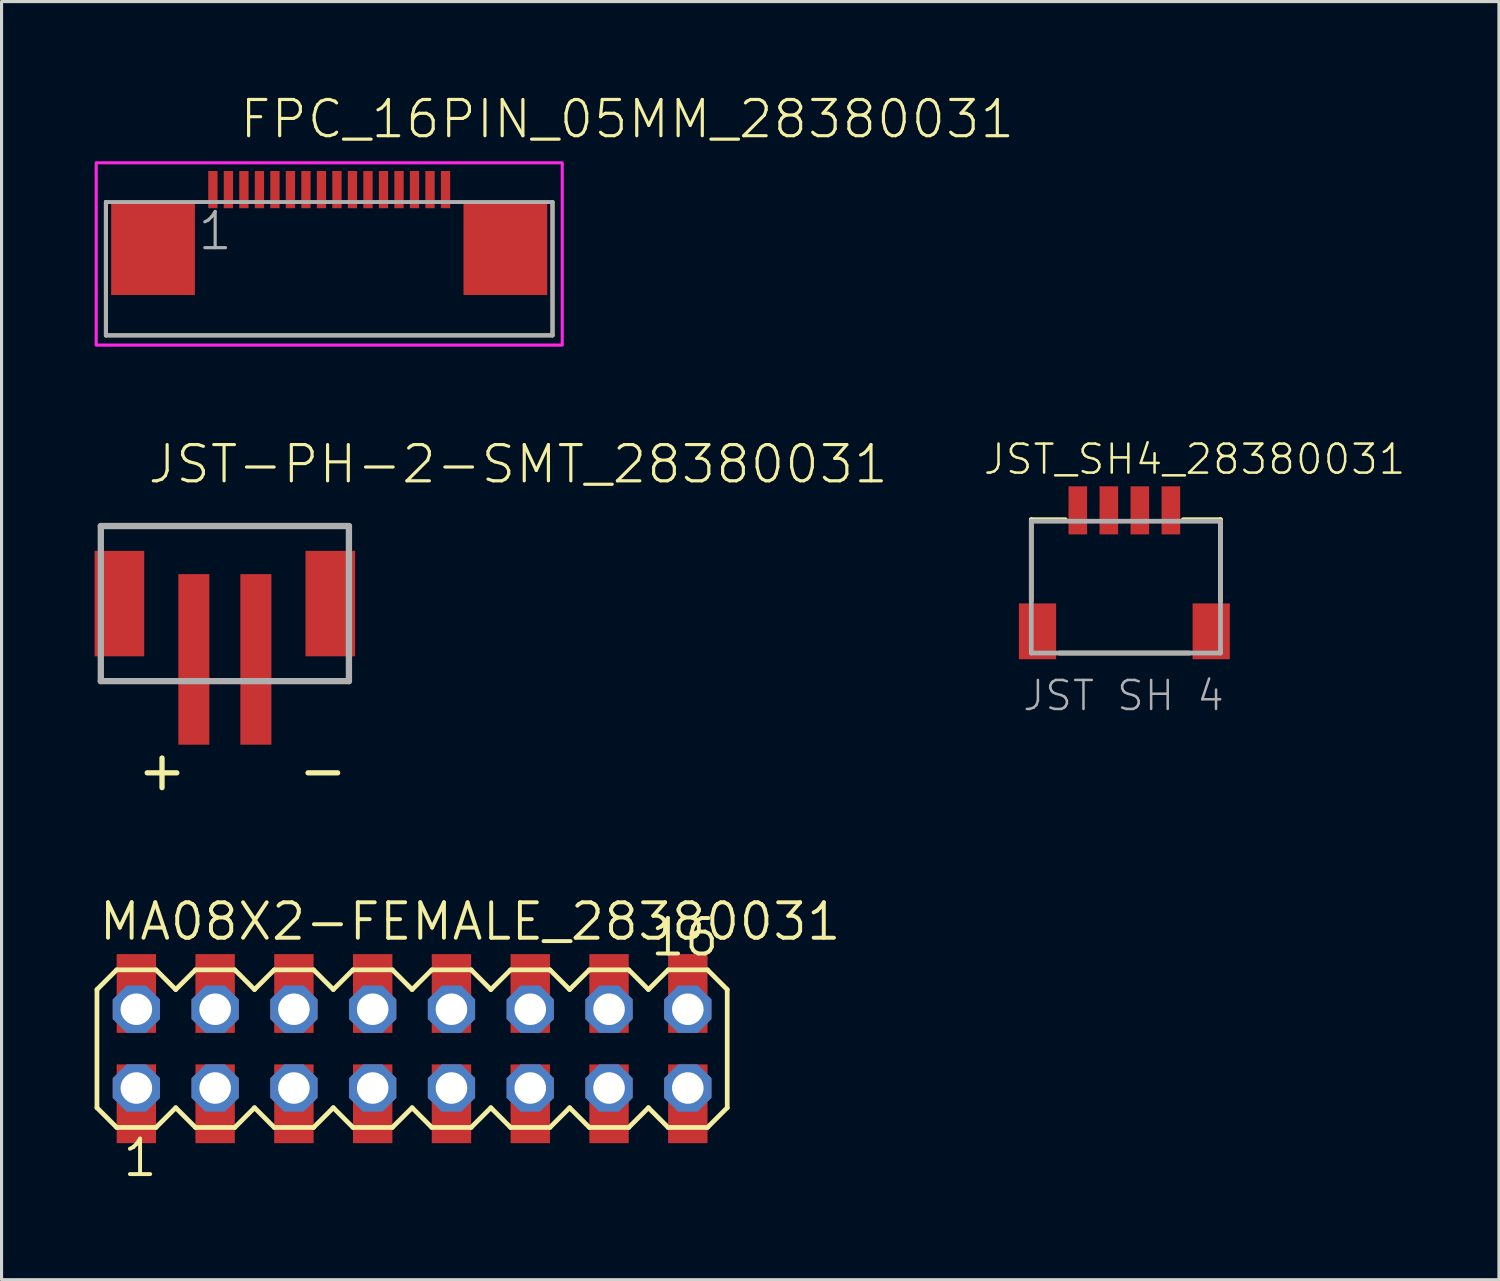
<source format=kicad_pcb>
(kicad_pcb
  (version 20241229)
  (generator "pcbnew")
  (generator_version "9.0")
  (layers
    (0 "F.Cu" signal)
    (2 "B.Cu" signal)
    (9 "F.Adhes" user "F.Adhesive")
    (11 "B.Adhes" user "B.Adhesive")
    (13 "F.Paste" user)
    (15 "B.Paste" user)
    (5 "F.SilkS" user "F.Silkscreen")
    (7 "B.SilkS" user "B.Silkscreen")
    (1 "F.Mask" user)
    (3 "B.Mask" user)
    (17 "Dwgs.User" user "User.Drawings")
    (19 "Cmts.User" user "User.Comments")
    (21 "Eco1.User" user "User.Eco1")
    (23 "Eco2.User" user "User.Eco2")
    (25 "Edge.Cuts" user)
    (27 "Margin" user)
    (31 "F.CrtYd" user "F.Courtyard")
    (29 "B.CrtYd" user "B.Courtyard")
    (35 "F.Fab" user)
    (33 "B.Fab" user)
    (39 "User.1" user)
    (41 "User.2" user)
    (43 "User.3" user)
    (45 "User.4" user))
  (footprint "FPC_16PIN_05MM_28380031"
    (layer "F.Cu")
    (at 7.564 4.963)
    (property "Reference" "FPC_16PIN_05MM_28380031" (at -2.944 -3.49 0) (unlocked yes) (layer "F.SilkS") (effects (font (size 1.168 1.168) (thickness 0.102)) (justify left bottom)))
    (fp_line (start -7.2 -1.5) (end -7.2 2.8) (stroke (width 0.127) (type solid)) (layer "F.SilkS"))
    (fp_line (start -7.2 2.8) (end 7.2 2.8) (stroke (width 0.127) (type solid)) (layer "F.SilkS"))
    (fp_line (start 7.2 2.8) (end 7.2 -1.5) (stroke (width 0.127) (type solid)) (layer "F.SilkS"))
    (fp_poly (pts (xy 7.513 3.114) (xy -7.513 3.114) (xy -7.513 -2.764) (xy 7.513 -2.764)) (stroke (width 0.1) (type default)) (fill no) (layer "F.CrtYd"))
    (fp_line (start -7.2 -1.5) (end 7.2 -1.5) (stroke (width 0.127) (type solid)) (layer "F.Fab"))
    (fp_line (start -7.2 2.8) (end -7.2 -1.5) (stroke (width 0.127) (type solid)) (layer "F.Fab"))
    (fp_line (start -7.2 2.8) (end 7.2 2.8) (stroke (width 0.127) (type solid)) (layer "F.Fab"))
    (fp_line (start 7.2 -1.5) (end 7.2 2.8) (stroke (width 0.127) (type solid)) (layer "F.Fab"))
    (fp_text user "1" (at -4.3 0.12 0) (unlocked yes) (layer "F.Fab") (effects (font (size 1.168 1.168) (thickness 0.102)) (justify left bottom)))
    (pad "1" smd rect (at -3.75 -1.9) (size 0.3 1.2) (layers "F.Cu" "F.Mask" "F.Paste"))
    (pad "2" smd rect (at -3.25 -1.9) (size 0.3 1.2) (layers "F.Cu" "F.Mask" "F.Paste"))
    (pad "3" smd rect (at -2.75 -1.9) (size 0.3 1.2) (layers "F.Cu" "F.Mask" "F.Paste"))
    (pad "4" smd rect (at -2.25 -1.9) (size 0.3 1.2) (layers "F.Cu" "F.Mask" "F.Paste"))
    (pad "5" smd rect (at -1.75 -1.9) (size 0.3 1.2) (layers "F.Cu" "F.Mask" "F.Paste"))
    (pad "6" smd rect (at -1.25 -1.9) (size 0.3 1.2) (layers "F.Cu" "F.Mask" "F.Paste"))
    (pad "7" smd rect (at -0.75 -1.9) (size 0.3 1.2) (layers "F.Cu" "F.Mask" "F.Paste"))
    (pad "8" smd rect (at -0.25 -1.9) (size 0.3 1.2) (layers "F.Cu" "F.Mask" "F.Paste"))
    (pad "9" smd rect (at 0.25 -1.9) (size 0.3 1.2) (layers "F.Cu" "F.Mask" "F.Paste"))
    (pad "10" smd rect (at 0.75 -1.9) (size 0.3 1.2) (layers "F.Cu" "F.Mask" "F.Paste"))
    (pad "11" smd rect (at 1.25 -1.9) (size 0.3 1.2) (layers "F.Cu" "F.Mask" "F.Paste"))
    (pad "12" smd rect (at 1.75 -1.9) (size 0.3 1.2) (layers "F.Cu" "F.Mask" "F.Paste"))
    (pad "13" smd rect (at 2.25 -1.9) (size 0.3 1.2) (layers "F.Cu" "F.Mask" "F.Paste"))
    (pad "14" smd rect (at 2.75 -1.9) (size 0.3 1.2) (layers "F.Cu" "F.Mask" "F.Paste"))
    (pad "15" smd rect (at 3.25 -1.9) (size 0.3 1.2) (layers "F.Cu" "F.Mask" "F.Paste"))
    (pad "16" smd rect (at 3.75 -1.9) (size 0.3 1.2) (layers "F.Cu" "F.Mask" "F.Paste"))
    (pad "Z1" smd rect (at -5.68 0) (size 2.7 3) (layers "F.Cu" "F.Mask" "F.Paste"))
    (pad "Z2" smd rect (at 5.68 0) (size 2.7 3) (layers "F.Cu" "F.Mask" "F.Paste")))
  (footprint "MA08X2-FEMALE_28380031"
    (layer "F.Cu")
    (at 10.236 30.759)
    (property "Reference" "MA08X2-FEMALE_28380031" (at -10.16 -3.429 0) (unlocked yes) (layer "F.SilkS") (effects (font (size 1.143 1.143) (thickness 0.127)) (justify left bottom)))
    (fp_line (start -10.16 -1.905) (end -10.16 1.905) (stroke (width 0.152) (type solid)) (layer "F.SilkS"))
    (fp_line (start -10.16 1.905) (end -9.525 2.54) (stroke (width 0.152) (type solid)) (layer "F.SilkS"))
    (fp_line (start -9.525 -2.54) (end -10.16 -1.905) (stroke (width 0.152) (type solid)) (layer "F.SilkS"))
    (fp_line (start -9.525 -2.54) (end -8.255 -2.54) (stroke (width 0.152) (type solid)) (layer "F.SilkS"))
    (fp_line (start -8.255 -2.54) (end -7.62 -1.905) (stroke (width 0.152) (type solid)) (layer "F.SilkS"))
    (fp_line (start -8.255 2.54) (end -9.525 2.54) (stroke (width 0.152) (type solid)) (layer "F.SilkS"))
    (fp_line (start -7.62 -1.905) (end -6.985 -2.54) (stroke (width 0.152) (type solid)) (layer "F.SilkS"))
    (fp_line (start -7.62 1.905) (end -8.255 2.54) (stroke (width 0.152) (type solid)) (layer "F.SilkS"))
    (fp_line (start -6.985 -2.54) (end -5.715 -2.54) (stroke (width 0.152) (type solid)) (layer "F.SilkS"))
    (fp_line (start -6.985 2.54) (end -7.62 1.905) (stroke (width 0.152) (type solid)) (layer "F.SilkS"))
    (fp_line (start -5.715 -2.54) (end -5.08 -1.905) (stroke (width 0.152) (type solid)) (layer "F.SilkS"))
    (fp_line (start -5.715 2.54) (end -6.985 2.54) (stroke (width 0.152) (type solid)) (layer "F.SilkS"))
    (fp_line (start -5.08 -1.905) (end -4.445 -2.54) (stroke (width 0.152) (type solid)) (layer "F.SilkS"))
    (fp_line (start -5.08 1.905) (end -5.715 2.54) (stroke (width 0.152) (type solid)) (layer "F.SilkS"))
    (fp_line (start -4.445 -2.54) (end -3.175 -2.54) (stroke (width 0.152) (type solid)) (layer "F.SilkS"))
    (fp_line (start -4.445 2.54) (end -5.08 1.905) (stroke (width 0.152) (type solid)) (layer "F.SilkS"))
    (fp_line (start -3.175 -2.54) (end -2.54 -1.905) (stroke (width 0.152) (type solid)) (layer "F.SilkS"))
    (fp_line (start -3.175 2.54) (end -4.445 2.54) (stroke (width 0.152) (type solid)) (layer "F.SilkS"))
    (fp_line (start -2.54 1.905) (end -3.175 2.54) (stroke (width 0.152) (type solid)) (layer "F.SilkS"))
    (fp_line (start -2.54 1.905) (end -1.905 2.54) (stroke (width 0.152) (type solid)) (layer "F.SilkS"))
    (fp_line (start -1.905 -2.54) (end -2.54 -1.905) (stroke (width 0.152) (type solid)) (layer "F.SilkS"))
    (fp_line (start -1.905 -2.54) (end -0.635 -2.54) (stroke (width 0.152) (type solid)) (layer "F.SilkS"))
    (fp_line (start -0.635 -2.54) (end 0 -1.905) (stroke (width 0.152) (type solid)) (layer "F.SilkS"))
    (fp_line (start -0.635 2.54) (end -1.905 2.54) (stroke (width 0.152) (type solid)) (layer "F.SilkS"))
    (fp_line (start 0 -1.905) (end 0.635 -2.54) (stroke (width 0.152) (type solid)) (layer "F.SilkS"))
    (fp_line (start 0 1.905) (end -0.635 2.54) (stroke (width 0.152) (type solid)) (layer "F.SilkS"))
    (fp_line (start 0.635 -2.54) (end 1.905 -2.54) (stroke (width 0.152) (type solid)) (layer "F.SilkS"))
    (fp_line (start 0.635 2.54) (end 0 1.905) (stroke (width 0.152) (type solid)) (layer "F.SilkS"))
    (fp_line (start 1.905 -2.54) (end 2.54 -1.905) (stroke (width 0.152) (type solid)) (layer "F.SilkS"))
    (fp_line (start 1.905 2.54) (end 0.635 2.54) (stroke (width 0.152) (type solid)) (layer "F.SilkS"))
    (fp_line (start 2.54 -1.905) (end 3.175 -2.54) (stroke (width 0.152) (type solid)) (layer "F.SilkS"))
    (fp_line (start 2.54 1.905) (end 1.905 2.54) (stroke (width 0.152) (type solid)) (layer "F.SilkS"))
    (fp_line (start 3.175 -2.54) (end 4.445 -2.54) (stroke (width 0.152) (type solid)) (layer "F.SilkS"))
    (fp_line (start 3.175 2.54) (end 2.54 1.905) (stroke (width 0.152) (type solid)) (layer "F.SilkS"))
    (fp_line (start 4.445 -2.54) (end 5.08 -1.905) (stroke (width 0.152) (type solid)) (layer "F.SilkS"))
    (fp_line (start 4.445 2.54) (end 3.175 2.54) (stroke (width 0.152) (type solid)) (layer "F.SilkS"))
    (fp_line (start 5.08 1.905) (end 4.445 2.54) (stroke (width 0.152) (type solid)) (layer "F.SilkS"))
    (fp_line (start 5.08 1.905) (end 5.715 2.54) (stroke (width 0.152) (type solid)) (layer "F.SilkS"))
    (fp_line (start 5.715 -2.54) (end 5.08 -1.905) (stroke (width 0.152) (type solid)) (layer "F.SilkS"))
    (fp_line (start 5.715 -2.54) (end 6.985 -2.54) (stroke (width 0.152) (type solid)) (layer "F.SilkS"))
    (fp_line (start 6.985 -2.54) (end 7.62 -1.905) (stroke (width 0.152) (type solid)) (layer "F.SilkS"))
    (fp_line (start 6.985 2.54) (end 5.715 2.54) (stroke (width 0.152) (type solid)) (layer "F.SilkS"))
    (fp_line (start 7.62 -1.905) (end 8.255 -2.54) (stroke (width 0.152) (type solid)) (layer "F.SilkS"))
    (fp_line (start 7.62 1.905) (end 6.985 2.54) (stroke (width 0.152) (type solid)) (layer "F.SilkS"))
    (fp_line (start 8.255 -2.54) (end 9.525 -2.54) (stroke (width 0.152) (type solid)) (layer "F.SilkS"))
    (fp_line (start 8.255 2.54) (end 7.62 1.905) (stroke (width 0.152) (type solid)) (layer "F.SilkS"))
    (fp_line (start 9.525 -2.54) (end 10.16 -1.905) (stroke (width 0.152) (type solid)) (layer "F.SilkS"))
    (fp_line (start 9.525 2.54) (end 8.255 2.54) (stroke (width 0.152) (type solid)) (layer "F.SilkS"))
    (fp_line (start 10.16 -1.905) (end 10.16 1.905) (stroke (width 0.152) (type solid)) (layer "F.SilkS"))
    (fp_line (start 10.16 1.905) (end 9.525 2.54) (stroke (width 0.152) (type solid)) (layer "F.SilkS"))
    (fp_text user "1" (at -9.398 4.191 0) (unlocked yes) (layer "F.SilkS") (effects (font (size 1.143 1.143) (thickness 0.127)) (justify left bottom)))
    (fp_text user "16" (at 7.62 -2.921 0) (unlocked yes) (layer "F.SilkS") (effects (font (size 1.143 1.143) (thickness 0.127)) (justify left bottom)))
    (pad "1" thru_hole roundrect (at -8.89 1.27) (size 1.524 1.524) (drill 1.016) (layers "*.Cu" "*.Mask") (roundrect_rratio 0.25) (chamfer_ratio 0.293) (chamfer top_left top_right bottom_left bottom_right))
    (pad "2" thru_hole roundrect (at -8.89 -1.27) (size 1.524 1.524) (drill 1.016) (layers "*.Cu" "*.Mask") (roundrect_rratio 0.25) (chamfer_ratio 0.293) (chamfer top_left top_right bottom_left bottom_right))
    (pad "3" thru_hole roundrect (at -6.35 1.27) (size 1.524 1.524) (drill 1.016) (layers "*.Cu" "*.Mask") (roundrect_rratio 0.25) (chamfer_ratio 0.293) (chamfer top_left top_right bottom_left bottom_right))
    (pad "4" thru_hole roundrect (at -6.35 -1.27) (size 1.524 1.524) (drill 1.016) (layers "*.Cu" "*.Mask") (roundrect_rratio 0.25) (chamfer_ratio 0.293) (chamfer top_left top_right bottom_left bottom_right))
    (pad "5" thru_hole roundrect (at -3.81 1.27) (size 1.524 1.524) (drill 1.016) (layers "*.Cu" "*.Mask") (roundrect_rratio 0.25) (chamfer_ratio 0.293) (chamfer top_left top_right bottom_left bottom_right))
    (pad "6" thru_hole roundrect (at -3.81 -1.27) (size 1.524 1.524) (drill 1.016) (layers "*.Cu" "*.Mask") (roundrect_rratio 0.25) (chamfer_ratio 0.293) (chamfer top_left top_right bottom_left bottom_right))
    (pad "7" thru_hole roundrect (at -1.27 1.27) (size 1.524 1.524) (drill 1.016) (layers "*.Cu" "*.Mask") (roundrect_rratio 0.25) (chamfer_ratio 0.293) (chamfer top_left top_right bottom_left bottom_right))
    (pad "8" thru_hole roundrect (at -1.27 -1.27) (size 1.524 1.524) (drill 1.016) (layers "*.Cu" "*.Mask") (roundrect_rratio 0.25) (chamfer_ratio 0.293) (chamfer top_left top_right bottom_left bottom_right))
    (pad "9" thru_hole roundrect (at 1.27 1.27) (size 1.524 1.524) (drill 1.016) (layers "*.Cu" "*.Mask") (roundrect_rratio 0.25) (chamfer_ratio 0.293) (chamfer top_left top_right bottom_left bottom_right))
    (pad "10" thru_hole roundrect (at 1.27 -1.27) (size 1.524 1.524) (drill 1.016) (layers "*.Cu" "*.Mask") (roundrect_rratio 0.25) (chamfer_ratio 0.293) (chamfer top_left top_right bottom_left bottom_right))
    (pad "11" thru_hole roundrect (at 3.81 1.27) (size 1.524 1.524) (drill 1.016) (layers "*.Cu" "*.Mask") (roundrect_rratio 0.25) (chamfer_ratio 0.293) (chamfer top_left top_right bottom_left bottom_right))
    (pad "12" thru_hole roundrect (at 3.81 -1.27) (size 1.524 1.524) (drill 1.016) (layers "*.Cu" "*.Mask") (roundrect_rratio 0.25) (chamfer_ratio 0.293) (chamfer top_left top_right bottom_left bottom_right))
    (pad "13" thru_hole roundrect (at 6.35 1.27) (size 1.524 1.524) (drill 1.016) (layers "*.Cu" "*.Mask") (roundrect_rratio 0.25) (chamfer_ratio 0.293) (chamfer top_left top_right bottom_left bottom_right))
    (pad "14" thru_hole roundrect (at 6.35 -1.27) (size 1.524 1.524) (drill 1.016) (layers "*.Cu" "*.Mask") (roundrect_rratio 0.25) (chamfer_ratio 0.293) (chamfer top_left top_right bottom_left bottom_right))
    (pad "15" thru_hole roundrect (at 8.89 1.27) (size 1.524 1.524) (drill 1.016) (layers "*.Cu" "*.Mask") (roundrect_rratio 0.25) (chamfer_ratio 0.293) (chamfer top_left top_right bottom_left bottom_right))
    (pad "16" thru_hole roundrect (at 8.89 -1.27) (size 1.524 1.524) (drill 1.016) (layers "*.Cu" "*.Mask") (roundrect_rratio 0.25) (chamfer_ratio 0.293) (chamfer top_left top_right bottom_left bottom_right))
    (pad "P$1" smd rect (at -8.89 1.778 180) (size 1.27 2.54) (layers "F.Cu" "F.Mask"))
    (pad "P$2" smd rect (at -8.89 -1.778 180) (size 1.27 2.54) (layers "F.Cu" "F.Mask"))
    (pad "P$3" smd rect (at -6.35 1.778 180) (size 1.27 2.54) (layers "F.Cu" "F.Mask"))
    (pad "P$4" smd rect (at -6.35 -1.778 180) (size 1.27 2.54) (layers "F.Cu" "F.Mask"))
    (pad "P$5" smd rect (at -3.81 1.778 180) (size 1.27 2.54) (layers "F.Cu" "F.Mask"))
    (pad "P$6" smd rect (at -3.81 -1.778 180) (size 1.27 2.54) (layers "F.Cu" "F.Mask"))
    (pad "P$7" smd rect (at -1.27 1.778 180) (size 1.27 2.54) (layers "F.Cu" "F.Mask"))
    (pad "P$8" smd rect (at -1.27 -1.778 180) (size 1.27 2.54) (layers "F.Cu" "F.Mask"))
    (pad "P$9" smd rect (at 1.27 1.778 180) (size 1.27 2.54) (layers "F.Cu" "F.Mask"))
    (pad "P$10" smd rect (at 1.27 -1.778 180) (size 1.27 2.54) (layers "F.Cu" "F.Mask"))
    (pad "P$11" smd rect (at 3.81 1.778 180) (size 1.27 2.54) (layers "F.Cu" "F.Mask"))
    (pad "P$12" smd rect (at 3.81 -1.778 180) (size 1.27 2.54) (layers "F.Cu" "F.Mask"))
    (pad "P$13" smd rect (at 6.35 1.778 180) (size 1.27 2.54) (layers "F.Cu" "F.Mask"))
    (pad "P$14" smd rect (at 6.35 -1.778 180) (size 1.27 2.54) (layers "F.Cu" "F.Mask"))
    (pad "P$15" smd rect (at 8.89 1.778 180) (size 1.27 2.54) (layers "F.Cu" "F.Mask"))
    (pad "P$16" smd rect (at 8.89 -1.778 180) (size 1.27 2.54) (layers "F.Cu" "F.Mask")))
  (footprint "JST-PH-2-SMT_28380031"
    (layer "F.Cu")
    (at 4.2 16.41)
    (property "Reference" "JST-PH-2-SMT_28380031" (at -2.54 -3.81 0) (unlocked yes) (layer "F.SilkS") (effects (font (size 1.168 1.168) (thickness 0.102)) (justify left bottom)))
    (fp_line (start -4 2.5) (end -4 0.5) (stroke (width 0.127) (type solid)) (layer "F.SilkS"))
    (fp_line (start -2.25 -2.5) (end 2.25 -2.5) (stroke (width 0.127) (type solid)) (layer "F.SilkS"))
    (fp_line (start -1.75 2.5) (end -4 2.5) (stroke (width 0.127) (type solid)) (layer "F.SilkS"))
    (fp_line (start 4 0.5) (end 4 2.5) (stroke (width 0.127) (type solid)) (layer "F.SilkS"))
    (fp_line (start 4 2.5) (end 1.75 2.5) (stroke (width 0.127) (type solid)) (layer "F.SilkS"))
    (fp_line (start -4 -2.5) (end 4 -2.5) (stroke (width 0.203) (type solid)) (layer "F.Fab"))
    (fp_line (start -4 2.5) (end -4 -2.5) (stroke (width 0.203) (type solid)) (layer "F.Fab"))
    (fp_line (start 4 -2.5) (end 4 2.5) (stroke (width 0.203) (type solid)) (layer "F.Fab"))
    (fp_line (start 4 2.5) (end -4 2.5) (stroke (width 0.203) (type solid)) (layer "F.Fab"))
    (fp_text user "-" (at 2.271 6.096 0) (unlocked yes) (layer "F.SilkS") (effects (font (size 1.252 1.252) (thickness 0.171)) (justify left bottom)))
    (fp_text user "+" (at -2.914 6.096 0) (unlocked yes) (layer "F.SilkS") (effects (font (size 1.252 1.252) (thickness 0.171)) (justify left bottom)))
    (pad "1" smd rect (at -1 1.8) (size 1 5.5) (layers "F.Cu" "F.Mask" "F.Paste"))
    (pad "2" smd rect (at 1 1.8) (size 1 5.5) (layers "F.Cu" "F.Mask" "F.Paste"))
    (pad "SHIELD1" smd rect (at -3.4 0 90) (size 3.4 1.6) (layers "F.Cu" "F.Mask" "F.Paste"))
    (pad "SHIELD2" smd rect (at 3.4 0 90) (size 3.4 1.6) (layers "F.Cu" "F.Mask" "F.Paste")))
  (footprint "JST_SH4_28380031"
    (layer "F.Cu")
    (at 33.2 15.919)
    (property "Reference" "JST_SH4_28380031" (at -4.6 -3.614 0) (unlocked yes) (layer "F.SilkS") (effects (font (size 0.935 0.935) (thickness 0.081)) (justify left bottom)))
    (fp_line (start -3 -2.214) (end -1.9 -2.214) (stroke (width 0.152) (type solid)) (layer "F.SilkS"))
    (fp_line (start -3 0.386) (end -3 -2.214) (stroke (width 0.152) (type solid)) (layer "F.SilkS"))
    (fp_line (start -2.1 2.086) (end 2.1 2.086) (stroke (width 0.152) (type solid)) (layer "F.SilkS"))
    (fp_line (start 1.9 -2.214) (end 3.1 -2.214) (stroke (width 0.152) (type solid)) (layer "F.SilkS"))
    (fp_line (start 3.1 -2.214) (end 3.1 0.386) (stroke (width 0.152) (type solid)) (layer "F.SilkS"))
    (fp_line (start -3 -2.164) (end 3.1 -2.164) (stroke (width 0.152) (type solid)) (layer "F.Fab"))
    (fp_line (start -3 2.086) (end -3 -2.164) (stroke (width 0.152) (type solid)) (layer "F.Fab"))
    (fp_line (start 3.1 -2.164) (end 3.1 2.086) (stroke (width 0.152) (type solid)) (layer "F.Fab"))
    (fp_line (start 3.1 2.086) (end -3 2.086) (stroke (width 0.152) (type solid)) (layer "F.Fab"))
    (fp_text user "JST SH 4" (at -3.33 4.006 0) (unlocked yes) (layer "F.Fab") (effects (font (size 0.935 0.935) (thickness 0.081)) (justify left bottom)))
    (pad "1" smd rect (at -1.5 -2.514 90) (size 1.55 0.6) (layers "F.Cu" "F.Mask" "F.Paste"))
    (pad "2" smd rect (at -0.5 -2.514 90) (size 1.55 0.6) (layers "F.Cu" "F.Mask" "F.Paste"))
    (pad "3" smd rect (at 0.5 -2.514 90) (size 1.55 0.6) (layers "F.Cu" "F.Mask" "F.Paste"))
    (pad "4" smd rect (at 1.5 -2.514 90) (size 1.55 0.6) (layers "F.Cu" "F.Mask" "F.Paste"))
    (pad "MT1" smd rect (at -2.8 1.386 90) (size 1.8 1.2) (layers "F.Cu" "F.Mask" "F.Paste"))
    (pad "MT2" smd rect (at 2.8 1.386 90) (size 1.8 1.2) (layers "F.Cu" "F.Mask" "F.Paste")))
  (gr_rect
    (start -3 -3)
    (end 45.277 38.209)
    (stroke (width 0.1) (type default))
    (fill no)
    (layer "Edge.Cuts")))
</source>
